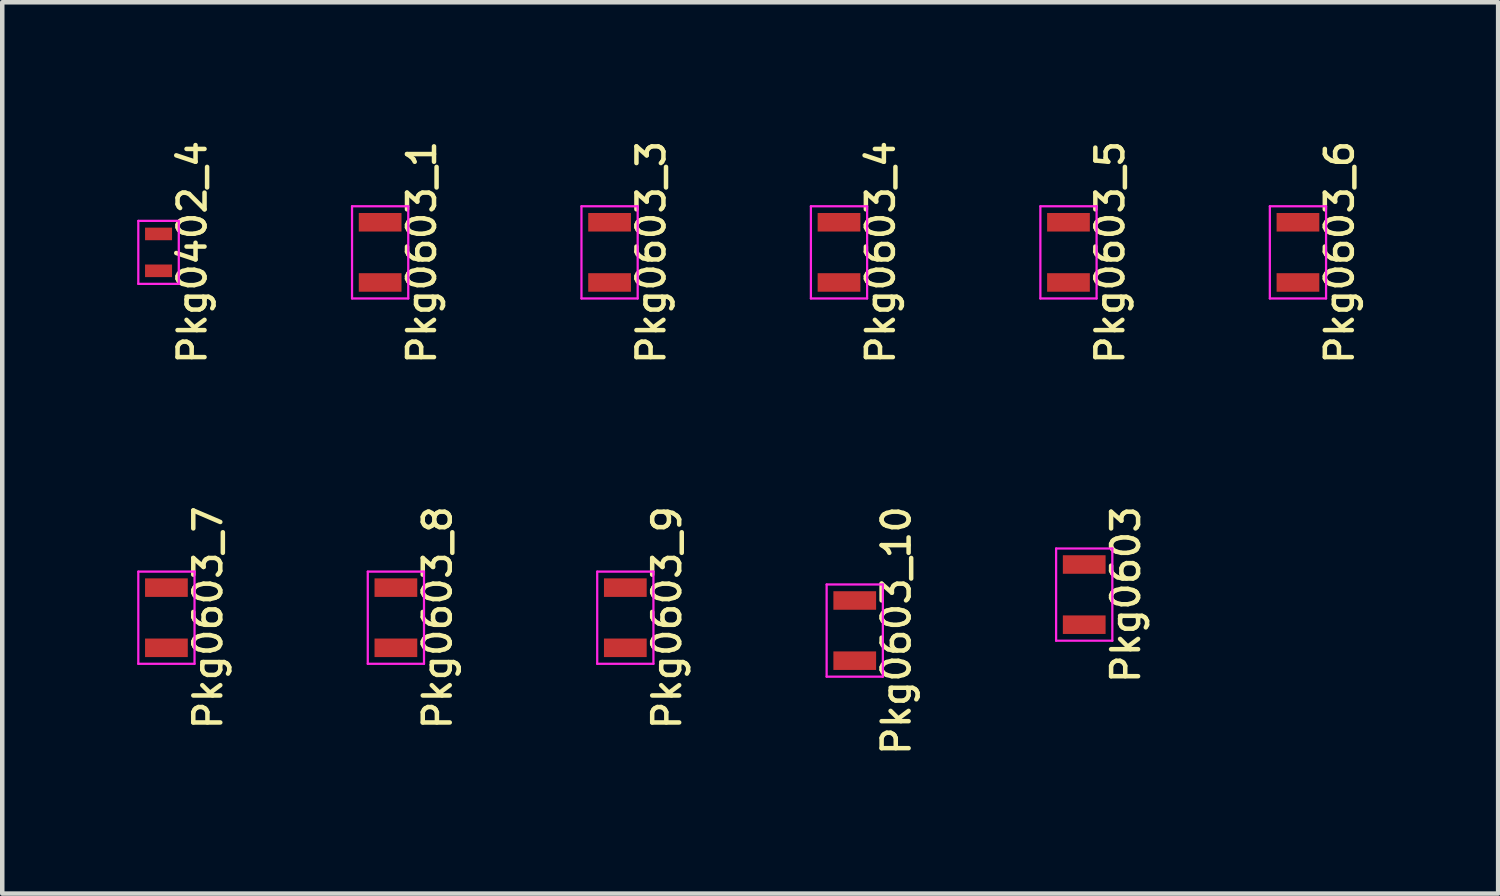
<source format=kicad_pcb>
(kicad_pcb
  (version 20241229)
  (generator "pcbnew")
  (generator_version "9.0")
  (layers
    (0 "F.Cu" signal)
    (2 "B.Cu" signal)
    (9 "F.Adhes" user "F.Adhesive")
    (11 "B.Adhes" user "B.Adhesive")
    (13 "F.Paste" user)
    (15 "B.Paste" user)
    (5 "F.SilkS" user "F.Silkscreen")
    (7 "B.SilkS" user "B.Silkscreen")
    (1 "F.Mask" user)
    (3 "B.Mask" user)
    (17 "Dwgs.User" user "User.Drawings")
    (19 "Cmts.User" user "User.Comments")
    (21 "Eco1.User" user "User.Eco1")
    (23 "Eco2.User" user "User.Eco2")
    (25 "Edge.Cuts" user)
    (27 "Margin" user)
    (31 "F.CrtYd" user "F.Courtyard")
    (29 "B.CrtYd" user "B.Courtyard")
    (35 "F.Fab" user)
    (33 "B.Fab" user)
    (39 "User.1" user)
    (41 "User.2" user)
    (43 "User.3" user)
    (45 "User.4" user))
  (footprint "Pkg0603_10"
    (layer "F.Cu")
    (at 15.954 10.97)
    (property "Reference" "Pkg0603_10" (at 0.925 0 90) (layer "F.SilkS") (effects (font (size 0.6 0.6) (thickness 0.1))))
    (fp_line (start -0.625 -1.025) (end -0.625 1.025) (stroke (width 0.05) (type solid)) (layer "F.CrtYd"))
    (fp_line (start -0.625 1.025) (end 0.625 1.025) (stroke (width 0.05) (type solid)) (layer "F.CrtYd"))
    (fp_line (start 0.625 -1.025) (end -0.625 -1.025) (stroke (width 0.05) (type solid)) (layer "F.CrtYd"))
    (fp_line (start 0.625 1.025) (end 0.625 -1.025) (stroke (width 0.05) (type solid)) (layer "F.CrtYd"))
    (pad "1" smd rect (at 0 -0.669) (size 0.95 0.412) (layers "F.Cu" "F.Mask" "F.Paste"))
    (pad "2" smd rect (at 0 0.669) (size 0.95 0.412) (layers "F.Cu" "F.Mask" "F.Paste")))
  (footprint "Pkg0603"
    (layer "F.Cu")
    (at 21.056 10.17)
    (property "Reference" "Pkg0603" (at 0.925 0 90) (layer "F.SilkS") (effects (font (size 0.6 0.6) (thickness 0.1))))
    (fp_line (start -0.625 -1.025) (end -0.625 1.025) (stroke (width 0.05) (type solid)) (layer "F.CrtYd"))
    (fp_line (start -0.625 1.025) (end 0.625 1.025) (stroke (width 0.05) (type solid)) (layer "F.CrtYd"))
    (fp_line (start 0.625 -1.025) (end -0.625 -1.025) (stroke (width 0.05) (type solid)) (layer "F.CrtYd"))
    (fp_line (start 0.625 1.025) (end 0.625 -1.025) (stroke (width 0.05) (type solid)) (layer "F.CrtYd"))
    (pad "1" smd rect (at 0 -0.669) (size 0.95 0.412) (layers "F.Cu" "F.Mask" "F.Paste"))
    (pad "2" smd rect (at 0 0.669) (size 0.95 0.412) (layers "F.Cu" "F.Mask" "F.Paste")))
  (footprint "Pkg0603_3"
    (layer "F.Cu")
    (at 10.503 2.561)
    (property "Reference" "Pkg0603_3" (at 0.925 0 90) (layer "F.SilkS") (effects (font (size 0.6 0.6) (thickness 0.1))))
    (fp_line (start -0.625 -1.025) (end -0.625 1.025) (stroke (width 0.05) (type solid)) (layer "F.CrtYd"))
    (fp_line (start -0.625 1.025) (end 0.625 1.025) (stroke (width 0.05) (type solid)) (layer "F.CrtYd"))
    (fp_line (start 0.625 -1.025) (end -0.625 -1.025) (stroke (width 0.05) (type solid)) (layer "F.CrtYd"))
    (fp_line (start 0.625 1.025) (end 0.625 -1.025) (stroke (width 0.05) (type solid)) (layer "F.CrtYd"))
    (pad "1" smd rect (at 0 -0.669) (size 0.95 0.412) (layers "F.Cu" "F.Mask" "F.Paste"))
    (pad "2" smd rect (at 0 0.669) (size 0.95 0.412) (layers "F.Cu" "F.Mask" "F.Paste")))
  (footprint "Pkg0603_9"
    (layer "F.Cu")
    (at 10.853 10.684)
    (property "Reference" "Pkg0603_9" (at 0.925 0 90) (layer "F.SilkS") (effects (font (size 0.6 0.6) (thickness 0.1))))
    (fp_line (start -0.625 -1.025) (end -0.625 1.025) (stroke (width 0.05) (type solid)) (layer "F.CrtYd"))
    (fp_line (start -0.625 1.025) (end 0.625 1.025) (stroke (width 0.05) (type solid)) (layer "F.CrtYd"))
    (fp_line (start 0.625 -1.025) (end -0.625 -1.025) (stroke (width 0.05) (type solid)) (layer "F.CrtYd"))
    (fp_line (start 0.625 1.025) (end 0.625 -1.025) (stroke (width 0.05) (type solid)) (layer "F.CrtYd"))
    (pad "1" smd rect (at 0 -0.669) (size 0.95 0.412) (layers "F.Cu" "F.Mask" "F.Paste"))
    (pad "2" smd rect (at 0 0.669) (size 0.95 0.412) (layers "F.Cu" "F.Mask" "F.Paste")))
  (footprint "Pkg0603_8"
    (layer "F.Cu")
    (at 5.752 10.684)
    (property "Reference" "Pkg0603_8" (at 0.925 0 90) (layer "F.SilkS") (effects (font (size 0.6 0.6) (thickness 0.1))))
    (fp_line (start -0.625 -1.025) (end -0.625 1.025) (stroke (width 0.05) (type solid)) (layer "F.CrtYd"))
    (fp_line (start -0.625 1.025) (end 0.625 1.025) (stroke (width 0.05) (type solid)) (layer "F.CrtYd"))
    (fp_line (start 0.625 -1.025) (end -0.625 -1.025) (stroke (width 0.05) (type solid)) (layer "F.CrtYd"))
    (fp_line (start 0.625 1.025) (end 0.625 -1.025) (stroke (width 0.05) (type solid)) (layer "F.CrtYd"))
    (pad "1" smd rect (at 0 -0.669) (size 0.95 0.412) (layers "F.Cu" "F.Mask" "F.Paste"))
    (pad "2" smd rect (at 0 0.669) (size 0.95 0.412) (layers "F.Cu" "F.Mask" "F.Paste")))
  (footprint "Pkg0603_7"
    (layer "F.Cu")
    (at 0.65 10.684)
    (property "Reference" "Pkg0603_7" (at 0.925 0 90) (layer "F.SilkS") (effects (font (size 0.6 0.6) (thickness 0.1))))
    (fp_line (start -0.625 -1.025) (end -0.625 1.025) (stroke (width 0.05) (type solid)) (layer "F.CrtYd"))
    (fp_line (start -0.625 1.025) (end 0.625 1.025) (stroke (width 0.05) (type solid)) (layer "F.CrtYd"))
    (fp_line (start 0.625 -1.025) (end -0.625 -1.025) (stroke (width 0.05) (type solid)) (layer "F.CrtYd"))
    (fp_line (start 0.625 1.025) (end 0.625 -1.025) (stroke (width 0.05) (type solid)) (layer "F.CrtYd"))
    (pad "1" smd rect (at 0 -0.669) (size 0.95 0.412) (layers "F.Cu" "F.Mask" "F.Paste"))
    (pad "2" smd rect (at 0 0.669) (size 0.95 0.412) (layers "F.Cu" "F.Mask" "F.Paste")))
  (footprint "Pkg0402_4"
    (layer "F.Cu")
    (at 0.475 2.561)
    (property "Reference" "Pkg0402_4" (at 0.75 0 90) (layer "F.SilkS") (effects (font (size 0.6 0.6) (thickness 0.1))))
    (fp_line (start -0.45 -0.7) (end -0.45 0.7) (stroke (width 0.05) (type solid)) (layer "F.CrtYd"))
    (fp_line (start -0.45 0.7) (end 0.45 0.7) (stroke (width 0.05) (type solid)) (layer "F.CrtYd"))
    (fp_line (start 0.45 -0.7) (end -0.45 -0.7) (stroke (width 0.05) (type solid)) (layer "F.CrtYd"))
    (fp_line (start 0.45 0.7) (end 0.45 -0.7) (stroke (width 0.05) (type solid)) (layer "F.CrtYd"))
    (pad "1" smd rect (at 0 -0.41) (size 0.6 0.28) (layers "F.Cu" "F.Mask" "F.Paste"))
    (pad "2" smd rect (at 0 0.41) (size 0.6 0.28) (layers "F.Cu" "F.Mask" "F.Paste")))
  (footprint "Pkg0603_6"
    (layer "F.Cu")
    (at 25.808 2.561)
    (property "Reference" "Pkg0603_6" (at 0.925 0 90) (layer "F.SilkS") (effects (font (size 0.6 0.6) (thickness 0.1))))
    (fp_line (start -0.625 -1.025) (end -0.625 1.025) (stroke (width 0.05) (type solid)) (layer "F.CrtYd"))
    (fp_line (start -0.625 1.025) (end 0.625 1.025) (stroke (width 0.05) (type solid)) (layer "F.CrtYd"))
    (fp_line (start 0.625 -1.025) (end -0.625 -1.025) (stroke (width 0.05) (type solid)) (layer "F.CrtYd"))
    (fp_line (start 0.625 1.025) (end 0.625 -1.025) (stroke (width 0.05) (type solid)) (layer "F.CrtYd"))
    (pad "1" smd rect (at 0 -0.669) (size 0.95 0.412) (layers "F.Cu" "F.Mask" "F.Paste"))
    (pad "2" smd rect (at 0 0.669) (size 0.95 0.412) (layers "F.Cu" "F.Mask" "F.Paste")))
  (footprint "Pkg0603_5"
    (layer "F.Cu")
    (at 20.706 2.561)
    (property "Reference" "Pkg0603_5" (at 0.925 0 90) (layer "F.SilkS") (effects (font (size 0.6 0.6) (thickness 0.1))))
    (fp_line (start -0.625 -1.025) (end -0.625 1.025) (stroke (width 0.05) (type solid)) (layer "F.CrtYd"))
    (fp_line (start -0.625 1.025) (end 0.625 1.025) (stroke (width 0.05) (type solid)) (layer "F.CrtYd"))
    (fp_line (start 0.625 -1.025) (end -0.625 -1.025) (stroke (width 0.05) (type solid)) (layer "F.CrtYd"))
    (fp_line (start 0.625 1.025) (end 0.625 -1.025) (stroke (width 0.05) (type solid)) (layer "F.CrtYd"))
    (pad "1" smd rect (at 0 -0.669) (size 0.95 0.412) (layers "F.Cu" "F.Mask" "F.Paste"))
    (pad "2" smd rect (at 0 0.669) (size 0.95 0.412) (layers "F.Cu" "F.Mask" "F.Paste")))
  (footprint "Pkg0603_4"
    (layer "F.Cu")
    (at 15.604 2.561)
    (property "Reference" "Pkg0603_4" (at 0.925 0 90) (layer "F.SilkS") (effects (font (size 0.6 0.6) (thickness 0.1))))
    (fp_line (start -0.625 -1.025) (end -0.625 1.025) (stroke (width 0.05) (type solid)) (layer "F.CrtYd"))
    (fp_line (start -0.625 1.025) (end 0.625 1.025) (stroke (width 0.05) (type solid)) (layer "F.CrtYd"))
    (fp_line (start 0.625 -1.025) (end -0.625 -1.025) (stroke (width 0.05) (type solid)) (layer "F.CrtYd"))
    (fp_line (start 0.625 1.025) (end 0.625 -1.025) (stroke (width 0.05) (type solid)) (layer "F.CrtYd"))
    (pad "1" smd rect (at 0 -0.669) (size 0.95 0.412) (layers "F.Cu" "F.Mask" "F.Paste"))
    (pad "2" smd rect (at 0 0.669) (size 0.95 0.412) (layers "F.Cu" "F.Mask" "F.Paste")))
  (footprint "Pkg0603_1"
    (layer "F.Cu")
    (at 5.402 2.561)
    (property "Reference" "Pkg0603_1" (at 0.925 0 90) (layer "F.SilkS") (effects (font (size 0.6 0.6) (thickness 0.1))))
    (fp_line (start -0.625 -1.025) (end -0.625 1.025) (stroke (width 0.05) (type solid)) (layer "F.CrtYd"))
    (fp_line (start -0.625 1.025) (end 0.625 1.025) (stroke (width 0.05) (type solid)) (layer "F.CrtYd"))
    (fp_line (start 0.625 -1.025) (end -0.625 -1.025) (stroke (width 0.05) (type solid)) (layer "F.CrtYd"))
    (fp_line (start 0.625 1.025) (end 0.625 -1.025) (stroke (width 0.05) (type solid)) (layer "F.CrtYd"))
    (pad "1" smd rect (at 0 -0.669) (size 0.95 0.412) (layers "F.Cu" "F.Mask" "F.Paste"))
    (pad "2" smd rect (at 0 0.669) (size 0.95 0.412) (layers "F.Cu" "F.Mask" "F.Paste")))
  (gr_rect
    (start -3 -3)
    (end 30.259 16.817)
    (stroke (width 0.1) (type default))
    (fill no)
    (layer "Edge.Cuts")))
</source>
